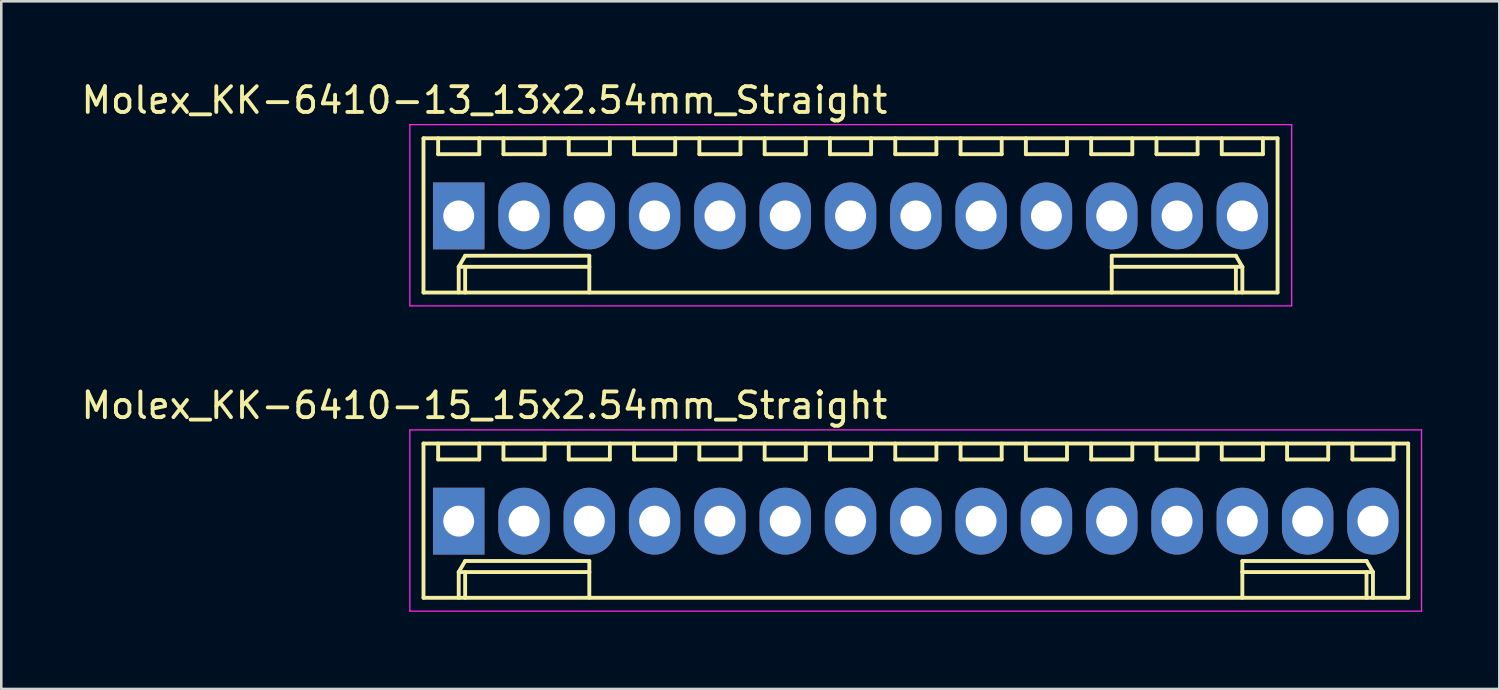
<source format=kicad_pcb>
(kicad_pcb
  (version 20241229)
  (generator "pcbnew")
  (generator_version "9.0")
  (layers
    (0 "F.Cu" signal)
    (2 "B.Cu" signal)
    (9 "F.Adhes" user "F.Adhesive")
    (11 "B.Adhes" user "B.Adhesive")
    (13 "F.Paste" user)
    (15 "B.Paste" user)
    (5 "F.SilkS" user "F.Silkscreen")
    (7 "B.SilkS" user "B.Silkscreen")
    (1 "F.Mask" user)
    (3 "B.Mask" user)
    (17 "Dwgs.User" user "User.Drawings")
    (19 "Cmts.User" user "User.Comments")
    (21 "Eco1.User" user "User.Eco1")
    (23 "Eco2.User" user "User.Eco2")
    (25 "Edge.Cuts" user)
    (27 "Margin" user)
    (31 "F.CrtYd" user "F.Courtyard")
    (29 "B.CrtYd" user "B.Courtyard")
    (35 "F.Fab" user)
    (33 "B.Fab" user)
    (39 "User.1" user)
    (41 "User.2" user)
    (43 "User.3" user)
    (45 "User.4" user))
  (footprint "Molex_KK-6410-13_13x2.54mm_Straight"
    (layer "F.Cu")
    (at 14.792 5.348)
    (property "Reference" "Molex_KK-6410-13_13x2.54mm_Straight" (at 1 -4.5 0) (layer "F.SilkS") (effects (font (size 1 1) (thickness 0.15))))
    (attr through_hole)
    (fp_line (start -1.37 -3.02) (end -1.37 2.98) (stroke (width 0.15) (type solid)) (layer "F.SilkS"))
    (fp_line (start -1.37 2.98) (end 31.85 2.98) (stroke (width 0.15) (type solid)) (layer "F.SilkS"))
    (fp_line (start -0.8 -3.02) (end -0.8 -2.4) (stroke (width 0.15) (type solid)) (layer "F.SilkS"))
    (fp_line (start -0.8 -2.4) (end 0.8 -2.4) (stroke (width 0.15) (type solid)) (layer "F.SilkS"))
    (fp_line (start 0 1.98) (end 0.25 1.55) (stroke (width 0.15) (type solid)) (layer "F.SilkS"))
    (fp_line (start 0 1.98) (end 5.08 1.98) (stroke (width 0.15) (type solid)) (layer "F.SilkS"))
    (fp_line (start 0 2.98) (end 0 1.98) (stroke (width 0.15) (type solid)) (layer "F.SilkS"))
    (fp_line (start 0.25 1.55) (end 5.08 1.55) (stroke (width 0.15) (type solid)) (layer "F.SilkS"))
    (fp_line (start 0.25 2.98) (end 0.25 1.98) (stroke (width 0.15) (type solid)) (layer "F.SilkS"))
    (fp_line (start 0.8 -2.4) (end 0.8 -3.02) (stroke (width 0.15) (type solid)) (layer "F.SilkS"))
    (fp_line (start 1.74 -3.02) (end 1.74 -2.4) (stroke (width 0.15) (type solid)) (layer "F.SilkS"))
    (fp_line (start 1.74 -2.4) (end 3.34 -2.4) (stroke (width 0.15) (type solid)) (layer "F.SilkS"))
    (fp_line (start 3.34 -2.4) (end 3.34 -3.02) (stroke (width 0.15) (type solid)) (layer "F.SilkS"))
    (fp_line (start 4.28 -3.02) (end 4.28 -2.4) (stroke (width 0.15) (type solid)) (layer "F.SilkS"))
    (fp_line (start 4.28 -2.4) (end 5.88 -2.4) (stroke (width 0.15) (type solid)) (layer "F.SilkS"))
    (fp_line (start 5.08 1.55) (end 5.08 1.98) (stroke (width 0.15) (type solid)) (layer "F.SilkS"))
    (fp_line (start 5.08 1.98) (end 5.08 2.98) (stroke (width 0.15) (type solid)) (layer "F.SilkS"))
    (fp_line (start 5.88 -2.4) (end 5.88 -3.02) (stroke (width 0.15) (type solid)) (layer "F.SilkS"))
    (fp_line (start 6.82 -3.02) (end 6.82 -2.4) (stroke (width 0.15) (type solid)) (layer "F.SilkS"))
    (fp_line (start 6.82 -2.4) (end 8.42 -2.4) (stroke (width 0.15) (type solid)) (layer "F.SilkS"))
    (fp_line (start 8.42 -2.4) (end 8.42 -3.02) (stroke (width 0.15) (type solid)) (layer "F.SilkS"))
    (fp_line (start 9.36 -3.02) (end 9.36 -2.4) (stroke (width 0.15) (type solid)) (layer "F.SilkS"))
    (fp_line (start 9.36 -2.4) (end 10.96 -2.4) (stroke (width 0.15) (type solid)) (layer "F.SilkS"))
    (fp_line (start 10.96 -2.4) (end 10.96 -3.02) (stroke (width 0.15) (type solid)) (layer "F.SilkS"))
    (fp_line (start 11.9 -3.02) (end 11.9 -2.4) (stroke (width 0.15) (type solid)) (layer "F.SilkS"))
    (fp_line (start 11.9 -2.4) (end 13.5 -2.4) (stroke (width 0.15) (type solid)) (layer "F.SilkS"))
    (fp_line (start 13.5 -2.4) (end 13.5 -3.02) (stroke (width 0.15) (type solid)) (layer "F.SilkS"))
    (fp_line (start 14.44 -3.02) (end 14.44 -2.4) (stroke (width 0.15) (type solid)) (layer "F.SilkS"))
    (fp_line (start 14.44 -2.4) (end 16.04 -2.4) (stroke (width 0.15) (type solid)) (layer "F.SilkS"))
    (fp_line (start 16.04 -2.4) (end 16.04 -3.02) (stroke (width 0.15) (type solid)) (layer "F.SilkS"))
    (fp_line (start 16.98 -3.02) (end 16.98 -2.4) (stroke (width 0.15) (type solid)) (layer "F.SilkS"))
    (fp_line (start 16.98 -2.4) (end 18.58 -2.4) (stroke (width 0.15) (type solid)) (layer "F.SilkS"))
    (fp_line (start 18.58 -2.4) (end 18.58 -3.02) (stroke (width 0.15) (type solid)) (layer "F.SilkS"))
    (fp_line (start 19.52 -3.02) (end 19.52 -2.4) (stroke (width 0.15) (type solid)) (layer "F.SilkS"))
    (fp_line (start 19.52 -2.4) (end 21.12 -2.4) (stroke (width 0.15) (type solid)) (layer "F.SilkS"))
    (fp_line (start 21.12 -2.4) (end 21.12 -3.02) (stroke (width 0.15) (type solid)) (layer "F.SilkS"))
    (fp_line (start 22.06 -3.02) (end 22.06 -2.4) (stroke (width 0.15) (type solid)) (layer "F.SilkS"))
    (fp_line (start 22.06 -2.4) (end 23.66 -2.4) (stroke (width 0.15) (type solid)) (layer "F.SilkS"))
    (fp_line (start 23.66 -2.4) (end 23.66 -3.02) (stroke (width 0.15) (type solid)) (layer "F.SilkS"))
    (fp_line (start 24.6 -3.02) (end 24.6 -2.4) (stroke (width 0.15) (type solid)) (layer "F.SilkS"))
    (fp_line (start 24.6 -2.4) (end 26.2 -2.4) (stroke (width 0.15) (type solid)) (layer "F.SilkS"))
    (fp_line (start 25.4 1.55) (end 25.4 1.98) (stroke (width 0.15) (type solid)) (layer "F.SilkS"))
    (fp_line (start 25.4 1.98) (end 25.4 2.98) (stroke (width 0.15) (type solid)) (layer "F.SilkS"))
    (fp_line (start 26.2 -2.4) (end 26.2 -3.02) (stroke (width 0.15) (type solid)) (layer "F.SilkS"))
    (fp_line (start 27.14 -3.02) (end 27.14 -2.4) (stroke (width 0.15) (type solid)) (layer "F.SilkS"))
    (fp_line (start 27.14 -2.4) (end 28.74 -2.4) (stroke (width 0.15) (type solid)) (layer "F.SilkS"))
    (fp_line (start 28.74 -2.4) (end 28.74 -3.02) (stroke (width 0.15) (type solid)) (layer "F.SilkS"))
    (fp_line (start 29.68 -3.02) (end 29.68 -2.4) (stroke (width 0.15) (type solid)) (layer "F.SilkS"))
    (fp_line (start 29.68 -2.4) (end 31.28 -2.4) (stroke (width 0.15) (type solid)) (layer "F.SilkS"))
    (fp_line (start 30.23 1.55) (end 25.4 1.55) (stroke (width 0.15) (type solid)) (layer "F.SilkS"))
    (fp_line (start 30.23 2.98) (end 30.23 1.98) (stroke (width 0.15) (type solid)) (layer "F.SilkS"))
    (fp_line (start 30.48 1.98) (end 25.4 1.98) (stroke (width 0.15) (type solid)) (layer "F.SilkS"))
    (fp_line (start 30.48 1.98) (end 30.23 1.55) (stroke (width 0.15) (type solid)) (layer "F.SilkS"))
    (fp_line (start 30.48 2.98) (end 30.48 1.98) (stroke (width 0.15) (type solid)) (layer "F.SilkS"))
    (fp_line (start 31.28 -2.4) (end 31.28 -3.02) (stroke (width 0.15) (type solid)) (layer "F.SilkS"))
    (fp_line (start 31.85 -3.02) (end -1.37 -3.02) (stroke (width 0.15) (type solid)) (layer "F.SilkS"))
    (fp_line (start 31.85 2.98) (end 31.85 -3.02) (stroke (width 0.15) (type solid)) (layer "F.SilkS"))
    (fp_line (start -1.9 -3.55) (end 32.4 -3.55) (stroke (width 0.05) (type solid)) (layer "F.CrtYd"))
    (fp_line (start -1.9 3.5) (end -1.9 -3.55) (stroke (width 0.05) (type solid)) (layer "F.CrtYd"))
    (fp_line (start 32.4 -3.55) (end 32.4 3.5) (stroke (width 0.05) (type solid)) (layer "F.CrtYd"))
    (fp_line (start 32.4 3.5) (end -1.9 3.5) (stroke (width 0.05) (type solid)) (layer "F.CrtYd"))
    (pad "1" thru_hole rect (at 0 0) (size 2 2.6) (drill 1.2) (layers "*.Cu" "*.Mask"))
    (pad "2" thru_hole oval (at 2.54 0) (size 2 2.6) (drill 1.2) (layers "*.Cu" "*.Mask"))
    (pad "3" thru_hole oval (at 5.08 0) (size 2 2.6) (drill 1.2) (layers "*.Cu" "*.Mask"))
    (pad "4" thru_hole oval (at 7.62 0) (size 2 2.6) (drill 1.2) (layers "*.Cu" "*.Mask"))
    (pad "5" thru_hole oval (at 10.16 0) (size 2 2.6) (drill 1.2) (layers "*.Cu" "*.Mask"))
    (pad "6" thru_hole oval (at 12.7 0) (size 2 2.6) (drill 1.2) (layers "*.Cu" "*.Mask"))
    (pad "7" thru_hole oval (at 15.24 0) (size 2 2.6) (drill 1.2) (layers "*.Cu" "*.Mask"))
    (pad "8" thru_hole oval (at 17.78 0) (size 2 2.6) (drill 1.2) (layers "*.Cu" "*.Mask"))
    (pad "9" thru_hole oval (at 20.32 0) (size 2 2.6) (drill 1.2) (layers "*.Cu" "*.Mask"))
    (pad "10" thru_hole oval (at 22.86 0) (size 2 2.6) (drill 1.2) (layers "*.Cu" "*.Mask"))
    (pad "11" thru_hole oval (at 25.4 0) (size 2 2.6) (drill 1.2) (layers "*.Cu" "*.Mask"))
    (pad "12" thru_hole oval (at 27.94 0) (size 2 2.6) (drill 1.2) (layers "*.Cu" "*.Mask"))
    (pad "13" thru_hole oval (at 30.48 0) (size 2 2.6) (drill 1.2) (layers "*.Cu" "*.Mask")))
  (footprint "Molex_KK-6410-15_15x2.54mm_Straight"
    (layer "F.Cu")
    (at 14.792 17.221)
    (property "Reference" "Molex_KK-6410-15_15x2.54mm_Straight" (at 1 -4.5 0) (layer "F.SilkS") (effects (font (size 1 1) (thickness 0.15))))
    (attr through_hole)
    (fp_line (start -1.37 -3.02) (end -1.37 2.98) (stroke (width 0.15) (type solid)) (layer "F.SilkS"))
    (fp_line (start -1.37 2.98) (end 36.93 2.98) (stroke (width 0.15) (type solid)) (layer "F.SilkS"))
    (fp_line (start -0.8 -3.02) (end -0.8 -2.4) (stroke (width 0.15) (type solid)) (layer "F.SilkS"))
    (fp_line (start -0.8 -2.4) (end 0.8 -2.4) (stroke (width 0.15) (type solid)) (layer "F.SilkS"))
    (fp_line (start 0 1.98) (end 0.25 1.55) (stroke (width 0.15) (type solid)) (layer "F.SilkS"))
    (fp_line (start 0 1.98) (end 5.08 1.98) (stroke (width 0.15) (type solid)) (layer "F.SilkS"))
    (fp_line (start 0 2.98) (end 0 1.98) (stroke (width 0.15) (type solid)) (layer "F.SilkS"))
    (fp_line (start 0.25 1.55) (end 5.08 1.55) (stroke (width 0.15) (type solid)) (layer "F.SilkS"))
    (fp_line (start 0.25 2.98) (end 0.25 1.98) (stroke (width 0.15) (type solid)) (layer "F.SilkS"))
    (fp_line (start 0.8 -2.4) (end 0.8 -3.02) (stroke (width 0.15) (type solid)) (layer "F.SilkS"))
    (fp_line (start 1.74 -3.02) (end 1.74 -2.4) (stroke (width 0.15) (type solid)) (layer "F.SilkS"))
    (fp_line (start 1.74 -2.4) (end 3.34 -2.4) (stroke (width 0.15) (type solid)) (layer "F.SilkS"))
    (fp_line (start 3.34 -2.4) (end 3.34 -3.02) (stroke (width 0.15) (type solid)) (layer "F.SilkS"))
    (fp_line (start 4.28 -3.02) (end 4.28 -2.4) (stroke (width 0.15) (type solid)) (layer "F.SilkS"))
    (fp_line (start 4.28 -2.4) (end 5.88 -2.4) (stroke (width 0.15) (type solid)) (layer "F.SilkS"))
    (fp_line (start 5.08 1.55) (end 5.08 1.98) (stroke (width 0.15) (type solid)) (layer "F.SilkS"))
    (fp_line (start 5.08 1.98) (end 5.08 2.98) (stroke (width 0.15) (type solid)) (layer "F.SilkS"))
    (fp_line (start 5.88 -2.4) (end 5.88 -3.02) (stroke (width 0.15) (type solid)) (layer "F.SilkS"))
    (fp_line (start 6.82 -3.02) (end 6.82 -2.4) (stroke (width 0.15) (type solid)) (layer "F.SilkS"))
    (fp_line (start 6.82 -2.4) (end 8.42 -2.4) (stroke (width 0.15) (type solid)) (layer "F.SilkS"))
    (fp_line (start 8.42 -2.4) (end 8.42 -3.02) (stroke (width 0.15) (type solid)) (layer "F.SilkS"))
    (fp_line (start 9.36 -3.02) (end 9.36 -2.4) (stroke (width 0.15) (type solid)) (layer "F.SilkS"))
    (fp_line (start 9.36 -2.4) (end 10.96 -2.4) (stroke (width 0.15) (type solid)) (layer "F.SilkS"))
    (fp_line (start 10.96 -2.4) (end 10.96 -3.02) (stroke (width 0.15) (type solid)) (layer "F.SilkS"))
    (fp_line (start 11.9 -3.02) (end 11.9 -2.4) (stroke (width 0.15) (type solid)) (layer "F.SilkS"))
    (fp_line (start 11.9 -2.4) (end 13.5 -2.4) (stroke (width 0.15) (type solid)) (layer "F.SilkS"))
    (fp_line (start 13.5 -2.4) (end 13.5 -3.02) (stroke (width 0.15) (type solid)) (layer "F.SilkS"))
    (fp_line (start 14.44 -3.02) (end 14.44 -2.4) (stroke (width 0.15) (type solid)) (layer "F.SilkS"))
    (fp_line (start 14.44 -2.4) (end 16.04 -2.4) (stroke (width 0.15) (type solid)) (layer "F.SilkS"))
    (fp_line (start 16.04 -2.4) (end 16.04 -3.02) (stroke (width 0.15) (type solid)) (layer "F.SilkS"))
    (fp_line (start 16.98 -3.02) (end 16.98 -2.4) (stroke (width 0.15) (type solid)) (layer "F.SilkS"))
    (fp_line (start 16.98 -2.4) (end 18.58 -2.4) (stroke (width 0.15) (type solid)) (layer "F.SilkS"))
    (fp_line (start 18.58 -2.4) (end 18.58 -3.02) (stroke (width 0.15) (type solid)) (layer "F.SilkS"))
    (fp_line (start 19.52 -3.02) (end 19.52 -2.4) (stroke (width 0.15) (type solid)) (layer "F.SilkS"))
    (fp_line (start 19.52 -2.4) (end 21.12 -2.4) (stroke (width 0.15) (type solid)) (layer "F.SilkS"))
    (fp_line (start 21.12 -2.4) (end 21.12 -3.02) (stroke (width 0.15) (type solid)) (layer "F.SilkS"))
    (fp_line (start 22.06 -3.02) (end 22.06 -2.4) (stroke (width 0.15) (type solid)) (layer "F.SilkS"))
    (fp_line (start 22.06 -2.4) (end 23.66 -2.4) (stroke (width 0.15) (type solid)) (layer "F.SilkS"))
    (fp_line (start 23.66 -2.4) (end 23.66 -3.02) (stroke (width 0.15) (type solid)) (layer "F.SilkS"))
    (fp_line (start 24.6 -3.02) (end 24.6 -2.4) (stroke (width 0.15) (type solid)) (layer "F.SilkS"))
    (fp_line (start 24.6 -2.4) (end 26.2 -2.4) (stroke (width 0.15) (type solid)) (layer "F.SilkS"))
    (fp_line (start 26.2 -2.4) (end 26.2 -3.02) (stroke (width 0.15) (type solid)) (layer "F.SilkS"))
    (fp_line (start 27.14 -3.02) (end 27.14 -2.4) (stroke (width 0.15) (type solid)) (layer "F.SilkS"))
    (fp_line (start 27.14 -2.4) (end 28.74 -2.4) (stroke (width 0.15) (type solid)) (layer "F.SilkS"))
    (fp_line (start 28.74 -2.4) (end 28.74 -3.02) (stroke (width 0.15) (type solid)) (layer "F.SilkS"))
    (fp_line (start 29.68 -3.02) (end 29.68 -2.4) (stroke (width 0.15) (type solid)) (layer "F.SilkS"))
    (fp_line (start 29.68 -2.4) (end 31.28 -2.4) (stroke (width 0.15) (type solid)) (layer "F.SilkS"))
    (fp_line (start 30.48 1.55) (end 30.48 1.98) (stroke (width 0.15) (type solid)) (layer "F.SilkS"))
    (fp_line (start 30.48 1.98) (end 30.48 2.98) (stroke (width 0.15) (type solid)) (layer "F.SilkS"))
    (fp_line (start 31.28 -2.4) (end 31.28 -3.02) (stroke (width 0.15) (type solid)) (layer "F.SilkS"))
    (fp_line (start 32.22 -3.02) (end 32.22 -2.4) (stroke (width 0.15) (type solid)) (layer "F.SilkS"))
    (fp_line (start 32.22 -2.4) (end 33.82 -2.4) (stroke (width 0.15) (type solid)) (layer "F.SilkS"))
    (fp_line (start 33.82 -2.4) (end 33.82 -3.02) (stroke (width 0.15) (type solid)) (layer "F.SilkS"))
    (fp_line (start 34.76 -3.02) (end 34.76 -2.4) (stroke (width 0.15) (type solid)) (layer "F.SilkS"))
    (fp_line (start 34.76 -2.4) (end 36.36 -2.4) (stroke (width 0.15) (type solid)) (layer "F.SilkS"))
    (fp_line (start 35.31 1.55) (end 30.48 1.55) (stroke (width 0.15) (type solid)) (layer "F.SilkS"))
    (fp_line (start 35.31 2.98) (end 35.31 1.98) (stroke (width 0.15) (type solid)) (layer "F.SilkS"))
    (fp_line (start 35.56 1.98) (end 30.48 1.98) (stroke (width 0.15) (type solid)) (layer "F.SilkS"))
    (fp_line (start 35.56 1.98) (end 35.31 1.55) (stroke (width 0.15) (type solid)) (layer "F.SilkS"))
    (fp_line (start 35.56 2.98) (end 35.56 1.98) (stroke (width 0.15) (type solid)) (layer "F.SilkS"))
    (fp_line (start 36.36 -2.4) (end 36.36 -3.02) (stroke (width 0.15) (type solid)) (layer "F.SilkS"))
    (fp_line (start 36.93 -3.02) (end -1.37 -3.02) (stroke (width 0.15) (type solid)) (layer "F.SilkS"))
    (fp_line (start 36.93 2.98) (end 36.93 -3.02) (stroke (width 0.15) (type solid)) (layer "F.SilkS"))
    (fp_line (start -1.9 -3.55) (end 37.45 -3.55) (stroke (width 0.05) (type solid)) (layer "F.CrtYd"))
    (fp_line (start -1.9 3.5) (end -1.9 -3.55) (stroke (width 0.05) (type solid)) (layer "F.CrtYd"))
    (fp_line (start 37.45 -3.55) (end 37.45 3.5) (stroke (width 0.05) (type solid)) (layer "F.CrtYd"))
    (fp_line (start 37.45 3.5) (end -1.9 3.5) (stroke (width 0.05) (type solid)) (layer "F.CrtYd"))
    (pad "1" thru_hole rect (at 0 0) (size 2 2.6) (drill 1.2) (layers "*.Cu" "*.Mask"))
    (pad "2" thru_hole oval (at 2.54 0) (size 2 2.6) (drill 1.2) (layers "*.Cu" "*.Mask"))
    (pad "3" thru_hole oval (at 5.08 0) (size 2 2.6) (drill 1.2) (layers "*.Cu" "*.Mask"))
    (pad "4" thru_hole oval (at 7.62 0) (size 2 2.6) (drill 1.2) (layers "*.Cu" "*.Mask"))
    (pad "5" thru_hole oval (at 10.16 0) (size 2 2.6) (drill 1.2) (layers "*.Cu" "*.Mask"))
    (pad "6" thru_hole oval (at 12.7 0) (size 2 2.6) (drill 1.2) (layers "*.Cu" "*.Mask"))
    (pad "7" thru_hole oval (at 15.24 0) (size 2 2.6) (drill 1.2) (layers "*.Cu" "*.Mask"))
    (pad "8" thru_hole oval (at 17.78 0) (size 2 2.6) (drill 1.2) (layers "*.Cu" "*.Mask"))
    (pad "9" thru_hole oval (at 20.32 0) (size 2 2.6) (drill 1.2) (layers "*.Cu" "*.Mask"))
    (pad "10" thru_hole oval (at 22.86 0) (size 2 2.6) (drill 1.2) (layers "*.Cu" "*.Mask"))
    (pad "11" thru_hole oval (at 25.4 0) (size 2 2.6) (drill 1.2) (layers "*.Cu" "*.Mask"))
    (pad "12" thru_hole oval (at 27.94 0) (size 2 2.6) (drill 1.2) (layers "*.Cu" "*.Mask"))
    (pad "13" thru_hole oval (at 30.48 0) (size 2 2.6) (drill 1.2) (layers "*.Cu" "*.Mask"))
    (pad "14" thru_hole oval (at 33.02 0) (size 2 2.6) (drill 1.2) (layers "*.Cu" "*.Mask"))
    (pad "15" thru_hole oval (at 35.56 0) (size 2 2.6) (drill 1.2) (layers "*.Cu" "*.Mask")))
  (gr_rect
    (start -3 -3)
    (end 55.267 23.747)
    (stroke (width 0.1) (type default))
    (fill no)
    (layer "Edge.Cuts")))
</source>
